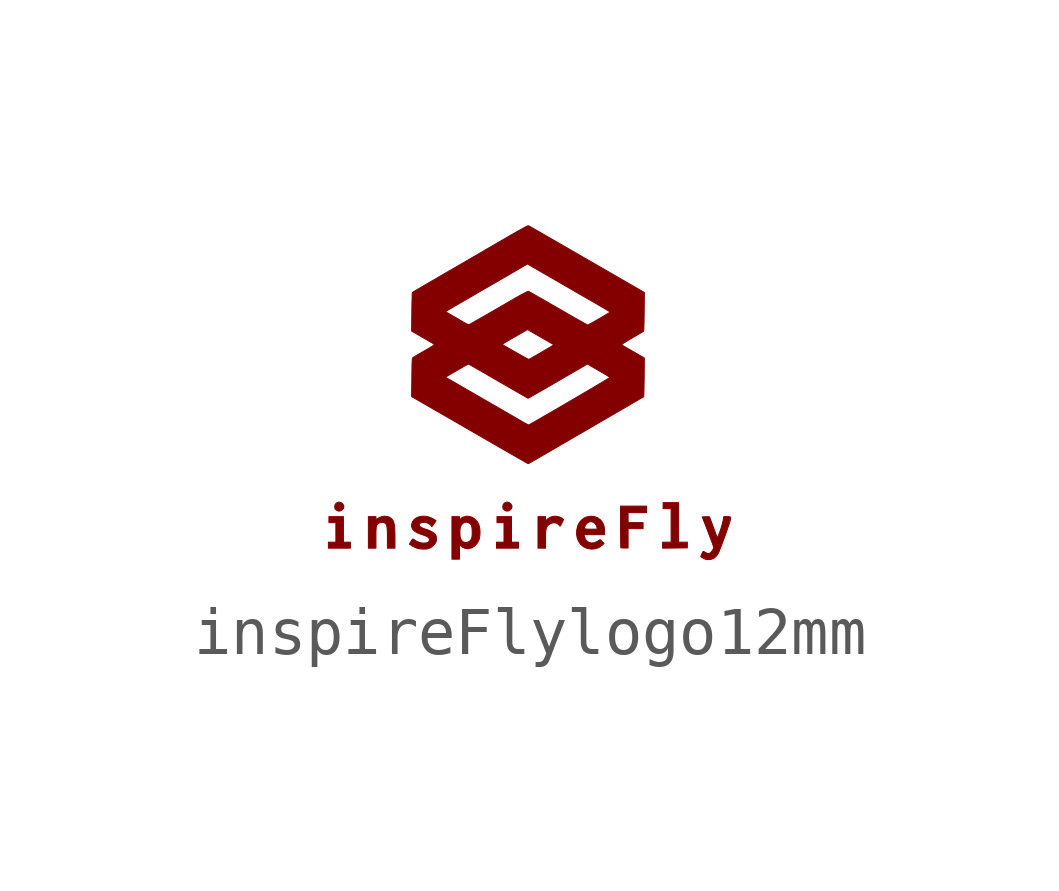
<source format=kicad_sym>
(kicad_symbol_lib
  (version 20220914)
  (generator kicad_symbol_editor)
  (symbol "inspireFlylogo12mm"
    (pin_names
      (offset 1.016))
    (property "Reference" "#G"
      (at 0 5.616 0)
      (effects (font (size 1.27 1.27)) hide))
    (symbol "inspireFlylogo12mm_0_0"
      (polyline (pts (xy -3.902 -2.578) (xy -3.864 -2.553) (xy -3.843 -2.526) (xy -3.834 -2.49) (xy -3.84 -2.462) (xy -3.861 -2.429) (xy -3.893 -2.405) (xy -3.932 -2.396) (xy -3.954 -2.398) (xy -3.992 -2.416) (xy -4.017 -2.447) (xy -4.026 -2.49) (xy -4.025 -2.509) (xy -4.017 -2.536) (xy -3.997 -2.559) (xy -3.983 -2.569) (xy -3.943 -2.584) (xy -3.902 -2.578)) (stroke (width 0.01) (type default)) (fill (type outline)))
      (polyline (pts (xy -0.402 -2.578) (xy -0.364 -2.553) (xy -0.343 -2.526) (xy -0.333 -2.49) (xy -0.339 -2.462) (xy -0.36 -2.429) (xy -0.393 -2.405) (xy -0.431 -2.396) (xy -0.454 -2.398) (xy -0.492 -2.416) (xy -0.517 -2.447) (xy -0.526 -2.49) (xy -0.525 -2.509) (xy -0.517 -2.536) (xy -0.497 -2.559) (xy -0.483 -2.569) (xy -0.442 -2.584) (xy -0.402 -2.578)) (stroke (width 0.01) (type default)) (fill (type outline)))
      (polyline (pts (xy -3.699 -3.292) (xy -3.699 -3.23) (xy -3.772 -3.23) (xy -3.844 -3.23) (xy -3.844 -2.964) (xy -3.844 -2.698) (xy -3.995 -2.698) (xy -4.146 -2.698) (xy -4.146 -2.761) (xy -4.146 -2.823) (xy -4.074 -2.823) (xy -4.001 -2.823) (xy -4.001 -3.026) (xy -4.001 -3.23) (xy -4.079 -3.23) (xy -4.157 -3.23) (xy -4.157 -3.292) (xy -4.157 -3.355) (xy -3.928 -3.355) (xy -3.699 -3.355) (xy -3.699 -3.292)) (stroke (width 0.01) (type default)) (fill (type outline)))
      (polyline (pts (xy -0.198 -3.292) (xy -0.198 -3.23) (xy -0.271 -3.23) (xy -0.344 -3.23) (xy -0.344 -2.964) (xy -0.344 -2.698) (xy -0.495 -2.698) (xy -0.646 -2.698) (xy -0.646 -2.761) (xy -0.646 -2.823) (xy -0.573 -2.823) (xy -0.5 -2.823) (xy -0.5 -3.026) (xy -0.5 -3.23) (xy -0.578 -3.23) (xy -0.656 -3.23) (xy -0.656 -3.292) (xy -0.656 -3.355) (xy -0.427 -3.355) (xy -0.198 -3.355) (xy -0.198 -3.292)) (stroke (width 0.01) (type default)) (fill (type outline)))
      (polyline (pts (xy 3.06 -3.352) (xy 3.318 -3.349) (xy 3.318 -3.29) (xy 3.319 -3.23) (xy 3.228 -3.23) (xy 3.136 -3.23) (xy 3.136 -2.818) (xy 3.136 -2.407) (xy 2.974 -2.407) (xy 2.813 -2.407) (xy 2.813 -2.469) (xy 2.813 -2.532) (xy 2.896 -2.532) (xy 2.98 -2.532) (xy 2.98 -2.881) (xy 2.98 -3.23) (xy 2.891 -3.23) (xy 2.803 -3.23) (xy 2.803 -3.292) (xy 2.803 -3.355) (xy 3.06 -3.352)) (stroke (width 0.01) (type default)) (fill (type outline)))
      (polyline (pts (xy 2.084 -3.15) (xy 2.084 -2.948) (xy 2.24 -2.948) (xy 2.396 -2.948) (xy 2.396 -2.886) (xy 2.396 -2.823) (xy 2.24 -2.823) (xy 2.084 -2.823) (xy 2.084 -2.719) (xy 2.084 -2.615) (xy 2.276 -2.615) (xy 2.469 -2.615) (xy 2.469 -2.547) (xy 2.469 -2.479) (xy 2.198 -2.479) (xy 1.927 -2.479) (xy 1.927 -2.91) (xy 1.927 -2.954) (xy 1.928 -3.043) (xy 1.928 -3.126) (xy 1.929 -3.198) (xy 1.93 -3.259) (xy 1.931 -3.305) (xy 1.932 -3.335) (xy 1.933 -3.346) (xy 1.933 -3.346) (xy 1.946 -3.349) (xy 1.974 -3.351) (xy 2.011 -3.352) (xy 2.084 -3.352) (xy 2.084 -3.15)) (stroke (width 0.01) (type default)) (fill (type outline)))
      (polyline (pts (xy 0.365 -3.175) (xy 0.365 -3.132) (xy 0.366 -3.06) (xy 0.37 -3.005) (xy 0.376 -2.962) (xy 0.385 -2.929) (xy 0.398 -2.904) (xy 0.415 -2.882) (xy 0.446 -2.856) (xy 0.492 -2.833) (xy 0.541 -2.825) (xy 0.587 -2.832) (xy 0.627 -2.852) (xy 0.656 -2.886) (xy 0.66 -2.892) (xy 0.666 -2.897) (xy 0.674 -2.89) (xy 0.686 -2.869) (xy 0.705 -2.832) (xy 0.741 -2.757) (xy 0.717 -2.738) (xy 0.706 -2.73) (xy 0.648 -2.702) (xy 0.585 -2.69) (xy 0.52 -2.693) (xy 0.461 -2.712) (xy 0.41 -2.746) (xy 0.396 -2.759) (xy 0.377 -2.775) (xy 0.368 -2.782) (xy 0.367 -2.781) (xy 0.365 -2.766) (xy 0.365 -2.74) (xy 0.365 -2.698) (xy 0.286 -2.698) (xy 0.208 -2.698) (xy 0.208 -3.026) (xy 0.208 -3.355) (xy 0.286 -3.355) (xy 0.365 -3.355) (xy 0.365 -3.175)) (stroke (width 0.01) (type default)) (fill (type outline)))
      (polyline (pts (xy -3.167 -3.136) (xy -3.167 -3.11) (xy -3.167 -3.033) (xy -3.165 -2.974) (xy -3.162 -2.931) (xy -3.158 -2.901) (xy -3.153 -2.882) (xy -3.149 -2.874) (xy -3.122 -2.843) (xy -3.084 -2.824) (xy -3.042 -2.816) (xy -3.001 -2.822) (xy -2.966 -2.842) (xy -2.956 -2.855) (xy -2.946 -2.876) (xy -2.939 -2.904) (xy -2.934 -2.943) (xy -2.93 -2.995) (xy -2.928 -3.063) (xy -2.928 -3.149) (xy -2.928 -3.355) (xy -2.849 -3.355) (xy -2.771 -3.355) (xy -2.771 -3.133) (xy -2.771 -3.1) (xy -2.773 -3.005) (xy -2.777 -2.928) (xy -2.784 -2.866) (xy -2.796 -2.817) (xy -2.811 -2.779) (xy -2.832 -2.75) (xy -2.859 -2.727) (xy -2.892 -2.708) (xy -2.926 -2.696) (xy -2.989 -2.689) (xy -3.054 -2.7) (xy -3.116 -2.728) (xy -3.167 -2.76) (xy -3.167 -2.729) (xy -3.167 -2.698) (xy -3.245 -2.698) (xy -3.324 -2.698) (xy -3.324 -3.026) (xy -3.324 -3.355) (xy -3.245 -3.355) (xy -3.167 -3.355) (xy -3.167 -3.136)) (stroke (width 0.01) (type default)) (fill (type outline)))
      (polyline (pts (xy 1.405 -3.367) (xy 1.475 -3.342) (xy 1.537 -3.3) (xy 1.585 -3.256) (xy 1.544 -3.216) (xy 1.503 -3.176) (xy 1.465 -3.202) (xy 1.442 -3.216) (xy 1.381 -3.242) (xy 1.324 -3.248) (xy 1.272 -3.238) (xy 1.228 -3.21) (xy 1.194 -3.166) (xy 1.173 -3.107) (xy 1.165 -3.073) (xy 1.38 -3.073) (xy 1.594 -3.073) (xy 1.594 -2.997) (xy 1.594 -2.979) (xy 1.585 -2.902) (xy 1.562 -2.838) (xy 1.525 -2.783) (xy 1.504 -2.761) (xy 1.445 -2.719) (xy 1.377 -2.695) (xy 1.303 -2.69) (xy 1.225 -2.703) (xy 1.167 -2.729) (xy 1.112 -2.771) (xy 1.067 -2.824) (xy 1.038 -2.881) (xy 1.036 -2.885) (xy 1.026 -2.93) (xy 1.175 -2.93) (xy 1.183 -2.908) (xy 1.198 -2.875) (xy 1.224 -2.84) (xy 1.263 -2.812) (xy 1.31 -2.803) (xy 1.326 -2.804) (xy 1.367 -2.82) (xy 1.403 -2.85) (xy 1.428 -2.889) (xy 1.438 -2.932) (xy 1.438 -2.959) (xy 1.308 -2.959) (xy 1.278 -2.959) (xy 1.228 -2.958) (xy 1.196 -2.954) (xy 1.179 -2.945) (xy 1.175 -2.93) (xy 1.026 -2.93) (xy 1.015 -2.974) (xy 1.011 -3.06) (xy 1.024 -3.139) (xy 1.052 -3.211) (xy 1.095 -3.273) (xy 1.152 -3.322) (xy 1.222 -3.356) (xy 1.25 -3.365) (xy 1.328 -3.375) (xy 1.405 -3.367)) (stroke (width 0.01) (type default)) (fill (type outline)))
      (polyline (pts (xy -1.427 -3.431) (xy -1.427 -3.278) (xy -1.393 -3.31) (xy -1.364 -3.334) (xy -1.311 -3.359) (xy -1.252 -3.365) (xy -1.184 -3.352) (xy -1.181 -3.352) (xy -1.134 -3.328) (xy -1.089 -3.288) (xy -1.05 -3.239) (xy -1.022 -3.185) (xy -1.01 -3.142) (xy -1.001 -3.074) (xy -1 -3.001) (xy -1.006 -2.931) (xy -1.021 -2.873) (xy -1.026 -2.86) (xy -1.062 -2.796) (xy -1.109 -2.746) (xy -1.165 -2.711) (xy -1.225 -2.692) (xy -1.288 -2.69) (xy -1.35 -2.708) (xy -1.36 -2.713) (xy -1.39 -2.732) (xy -1.41 -2.752) (xy -1.427 -2.776) (xy -1.427 -2.737) (xy -1.427 -2.698) (xy -1.506 -2.698) (xy -1.584 -2.698) (xy -1.584 -3.027) (xy -1.419 -3.027) (xy -1.417 -2.977) (xy -1.412 -2.937) (xy -1.411 -2.934) (xy -1.391 -2.879) (xy -1.36 -2.84) (xy -1.322 -2.818) (xy -1.277 -2.813) (xy -1.229 -2.829) (xy -1.204 -2.845) (xy -1.184 -2.871) (xy -1.171 -2.906) (xy -1.164 -2.955) (xy -1.162 -3.021) (xy -1.163 -3.085) (xy -1.17 -3.134) (xy -1.183 -3.17) (xy -1.203 -3.198) (xy -1.232 -3.22) (xy -1.26 -3.232) (xy -1.305 -3.238) (xy -1.347 -3.225) (xy -1.383 -3.196) (xy -1.406 -3.152) (xy -1.413 -3.124) (xy -1.417 -3.078) (xy -1.419 -3.027) (xy -1.584 -3.027) (xy -1.584 -3.141) (xy -1.584 -3.584) (xy -1.506 -3.584) (xy -1.427 -3.584) (xy -1.427 -3.431)) (stroke (width 0.01) (type default)) (fill (type outline)))
      (polyline (pts (xy -2.113 -3.372) (xy -2.072 -3.363) (xy -2.025 -3.342) (xy -1.97 -3.302) (xy -1.931 -3.253) (xy -1.926 -3.244) (xy -1.912 -3.215) (xy -1.907 -3.186) (xy -1.909 -3.146) (xy -1.909 -3.141) (xy -1.914 -3.103) (xy -1.925 -3.076) (xy -1.943 -3.053) (xy -1.964 -3.036) (xy -1.998 -3.016) (xy -2.038 -2.995) (xy -2.078 -2.977) (xy -2.113 -2.964) (xy -2.136 -2.959) (xy -2.146 -2.956) (xy -2.172 -2.946) (xy -2.204 -2.932) (xy -2.237 -2.914) (xy -2.263 -2.89) (xy -2.268 -2.866) (xy -2.253 -2.842) (xy -2.241 -2.832) (xy -2.202 -2.818) (xy -2.156 -2.816) (xy -2.108 -2.826) (xy -2.063 -2.846) (xy -2.027 -2.876) (xy -2.002 -2.907) (xy -1.976 -2.873) (xy -1.974 -2.869) (xy -1.952 -2.839) (xy -1.933 -2.811) (xy -1.915 -2.782) (xy -1.966 -2.75) (xy -1.999 -2.731) (xy -2.069 -2.704) (xy -2.139 -2.69) (xy -2.208 -2.69) (xy -2.272 -2.702) (xy -2.328 -2.726) (xy -2.374 -2.761) (xy -2.407 -2.807) (xy -2.424 -2.862) (xy -2.426 -2.883) (xy -2.418 -2.93) (xy -2.394 -2.972) (xy -2.352 -3.009) (xy -2.291 -3.042) (xy -2.21 -3.072) (xy -2.152 -3.092) (xy -2.105 -3.112) (xy -2.074 -3.132) (xy -2.058 -3.153) (xy -2.053 -3.176) (xy -2.055 -3.2) (xy -2.068 -3.223) (xy -2.098 -3.239) (xy -2.123 -3.247) (xy -2.181 -3.25) (xy -2.244 -3.241) (xy -2.305 -3.219) (xy -2.357 -3.187) (xy -2.377 -3.172) (xy -2.393 -3.164) (xy -2.407 -3.168) (xy -2.421 -3.187) (xy -2.442 -3.222) (xy -2.47 -3.271) (xy -2.413 -3.308) (xy -2.385 -3.324) (xy -2.34 -3.345) (xy -2.3 -3.359) (xy -2.28 -3.364) (xy -2.224 -3.372) (xy -2.166 -3.374) (xy -2.113 -3.372)) (stroke (width 0.01) (type default)) (fill (type outline)))
      (polyline (pts (xy 3.796 -3.59) (xy 3.842 -3.578) (xy 3.872 -3.563) (xy 3.924 -3.519) (xy 3.965 -3.457) (xy 3.973 -3.44) (xy 3.988 -3.403) (xy 4.008 -3.352) (xy 4.032 -3.29) (xy 4.057 -3.221) (xy 4.085 -3.147) (xy 4.112 -3.073) (xy 4.137 -3.001) (xy 4.16 -2.934) (xy 4.18 -2.877) (xy 4.195 -2.832) (xy 4.204 -2.802) (xy 4.211 -2.775) (xy 4.219 -2.738) (xy 4.218 -2.715) (xy 4.208 -2.703) (xy 4.185 -2.699) (xy 4.149 -2.698) (xy 4.078 -2.698) (xy 4.061 -2.79) (xy 4.05 -2.835) (xy 4.034 -2.893) (xy 4.015 -2.956) (xy 3.994 -3.015) (xy 3.983 -3.043) (xy 3.966 -3.088) (xy 3.954 -3.116) (xy 3.946 -3.129) (xy 3.94 -3.131) (xy 3.935 -3.124) (xy 3.935 -3.123) (xy 3.928 -3.103) (xy 3.915 -3.068) (xy 3.897 -3.021) (xy 3.877 -2.964) (xy 3.854 -2.903) (xy 3.85 -2.891) (xy 3.828 -2.832) (xy 3.809 -2.78) (xy 3.794 -2.74) (xy 3.783 -2.712) (xy 3.778 -2.702) (xy 3.778 -2.701) (xy 3.765 -2.7) (xy 3.738 -2.7) (xy 3.701 -2.7) (xy 3.628 -2.704) (xy 3.748 -3.011) (xy 3.762 -3.049) (xy 3.79 -3.123) (xy 3.816 -3.19) (xy 3.837 -3.248) (xy 3.853 -3.294) (xy 3.864 -3.326) (xy 3.867 -3.341) (xy 3.864 -3.359) (xy 3.848 -3.39) (xy 3.825 -3.423) (xy 3.798 -3.451) (xy 3.796 -3.453) (xy 3.766 -3.467) (xy 3.733 -3.464) (xy 3.693 -3.443) (xy 3.681 -3.435) (xy 3.659 -3.425) (xy 3.646 -3.424) (xy 3.642 -3.43) (xy 3.631 -3.452) (xy 3.617 -3.482) (xy 3.596 -3.531) (xy 3.63 -3.552) (xy 3.632 -3.553) (xy 3.662 -3.57) (xy 3.689 -3.583) (xy 3.699 -3.586) (xy 3.745 -3.593) (xy 3.796 -3.59)) (stroke (width 0.01) (type default)) (fill (type outline)))
      (polyline (pts (xy 0.006 -1.593) (xy 0.013 -1.59) (xy 0.023 -1.585) (xy 0.039 -1.576) (xy 0.061 -1.564) (xy 0.09 -1.548) (xy 0.126 -1.527) (xy 0.172 -1.501) (xy 0.227 -1.469) (xy 0.293 -1.431) (xy 0.37 -1.386) (xy 0.461 -1.334) (xy 0.564 -1.274) (xy 0.682 -1.205) (xy 0.815 -1.128) (xy 0.964 -1.041) (xy 1.13 -0.945) (xy 1.2 -0.905) (xy 1.316 -0.837) (xy 1.436 -0.767) (xy 1.556 -0.697) (xy 1.673 -0.629) (xy 1.784 -0.565) (xy 1.887 -0.505) (xy 1.977 -0.453) (xy 2.052 -0.409) (xy 2.069 -0.4) (xy 2.146 -0.355) (xy 2.216 -0.314) (xy 2.279 -0.277) (xy 2.331 -0.246) (xy 2.372 -0.222) (xy 2.398 -0.206) (xy 2.408 -0.2) (xy 2.409 -0.199) (xy 2.41 -0.184) (xy 2.412 -0.151) (xy 2.413 -0.102) (xy 2.415 -0.039) (xy 2.416 0.035) (xy 2.418 0.117) (xy 2.419 0.206) (xy 2.422 0.606) (xy 2.193 0.738) (xy 2.141 0.768) (xy 2.083 0.802) (xy 2.031 0.831) (xy 1.991 0.855) (xy 1.963 0.871) (xy 1.95 0.879) (xy 1.95 0.88) (xy 1.958 0.89) (xy 1.984 0.91) (xy 2.028 0.938) (xy 2.089 0.976) (xy 2.169 1.023) (xy 2.225 1.055) (xy 2.283 1.089) (xy 2.333 1.119) (xy 2.372 1.142) (xy 2.398 1.158) (xy 2.408 1.165) (xy 2.408 1.166) (xy 2.41 1.181) (xy 2.412 1.214) (xy 2.413 1.263) (xy 2.415 1.325) (xy 2.417 1.399) (xy 2.418 1.481) (xy 2.419 1.571) (xy 2.423 1.969) (xy 2.204 2.096) (xy 2.181 2.109) (xy 2.108 2.151) (xy 2.035 2.194) (xy 1.965 2.234) (xy 1.903 2.27) (xy 1.854 2.298) (xy 1.835 2.309) (xy 1.792 2.334) (xy 1.734 2.368) (xy 1.662 2.409) (xy 1.577 2.458) (xy 1.482 2.513) (xy 1.377 2.574) (xy 1.264 2.639) (xy 1.145 2.707) (xy 1.021 2.779) (xy 0.894 2.852) (xy 0.765 2.926) (xy 0.636 3.001) (xy 0.509 3.074) (xy 0.384 3.146) (xy 0.263 3.216) (xy 0.2 3.252) (xy 0.14 3.286) (xy 0.089 3.316) (xy 0.047 3.339) (xy 0.019 3.354) (xy 0.006 3.361) (xy -0.006 3.357) (xy -0.035 3.343) (xy -0.078 3.321) (xy -0.135 3.289) (xy -0.204 3.251) (xy -0.284 3.206) (xy -0.374 3.155) (xy -0.471 3.099) (xy -0.532 3.063) (xy -0.631 3.006) (xy -0.742 2.941) (xy -0.865 2.87) (xy -0.995 2.794) (xy -1.13 2.716) (xy -1.267 2.636) (xy -1.404 2.556) (xy -1.539 2.478) (xy -1.667 2.404) (xy -1.722 2.372) (xy -1.833 2.308) (xy -1.938 2.246) (xy -2.036 2.189) (xy -2.126 2.137) (xy -2.206 2.091) (xy -2.274 2.05) (xy -2.33 2.018) (xy -2.372 1.993) (xy -2.398 1.977) (xy -2.408 1.971) (xy -2.408 1.97) (xy -2.41 1.955) (xy -2.412 1.922) (xy -2.413 1.873) (xy -2.415 1.811) (xy -2.417 1.737) (xy -2.418 1.654) (xy -2.419 1.571) (xy -1.72 1.571) (xy -1.686 1.592) (xy -1.675 1.598) (xy -1.646 1.615) (xy -1.603 1.64) (xy -1.546 1.673) (xy -1.478 1.713) (xy -1.4 1.758) (xy -1.314 1.808) (xy -1.222 1.861) (xy -1.125 1.917) (xy -1.093 1.936) (xy -0.984 1.999) (xy -0.872 2.064) (xy -0.76 2.129) (xy -0.651 2.192) (xy -0.548 2.252) (xy -0.454 2.306) (xy -0.372 2.354) (xy -0.305 2.393) (xy -0.012 2.564) (xy 0.585 2.219) (xy 0.695 2.155) (xy 0.808 2.09) (xy 0.921 2.025) (xy 1.03 1.961) (xy 1.135 1.901) (xy 1.231 1.846) (xy 1.316 1.796) (xy 1.389 1.755) (xy 1.446 1.722) (xy 1.464 1.711) (xy 1.529 1.673) (xy 1.588 1.639) (xy 1.637 1.609) (xy 1.675 1.586) (xy 1.7 1.57) (xy 1.709 1.563) (xy 1.708 1.562) (xy 1.697 1.553) (xy 1.67 1.536) (xy 1.632 1.513) (xy 1.585 1.485) (xy 1.532 1.453) (xy 1.476 1.421) (xy 1.421 1.389) (xy 1.368 1.358) (xy 1.32 1.332) (xy 1.282 1.311) (xy 1.255 1.297) (xy 1.243 1.292) (xy 1.24 1.293) (xy 1.222 1.302) (xy 1.188 1.321) (xy 1.14 1.348) (xy 1.079 1.382) (xy 1.006 1.423) (xy 0.924 1.47) (xy 0.834 1.522) (xy 0.737 1.578) (xy 0.634 1.637) (xy 0.591 1.662) (xy 0.49 1.72) (xy 0.394 1.775) (xy 0.306 1.826) (xy 0.227 1.871) (xy 0.158 1.911) (xy 0.1 1.944) (xy 0.056 1.969) (xy 0.027 1.985) (xy 0.014 1.992) (xy 0.009 1.993) (xy -0.001 1.991) (xy -0.017 1.986) (xy -0.039 1.976) (xy -0.069 1.96) (xy -0.109 1.939) (xy -0.159 1.912) (xy -0.221 1.877) (xy -0.296 1.835) (xy -0.385 1.784) (xy -0.489 1.723) (xy -0.611 1.653) (xy -0.66 1.624) (xy -0.761 1.566) (xy -0.856 1.511) (xy -0.944 1.461) (xy -1.022 1.416) (xy -1.091 1.377) (xy -1.147 1.344) (xy -1.19 1.32) (xy -1.218 1.304) (xy -1.229 1.298) (xy -1.235 1.299) (xy -1.258 1.306) (xy -1.29 1.322) (xy -1.328 1.343) (xy -1.346 1.353) (xy -1.392 1.38) (xy -1.447 1.413) (xy -1.507 1.448) (xy -1.566 1.482) (xy -1.72 1.571) (xy -2.419 1.571) (xy -2.419 1.565) (xy -2.424 1.167) (xy -2.197 1.035) (xy -2.148 1.007) (xy -2.089 0.972) (xy -2.037 0.942) (xy -1.996 0.918) (xy -1.967 0.901) (xy -1.954 0.892) (xy -1.953 0.89) (xy -0.539 0.89) (xy -0.538 0.89) (xy -0.525 0.899) (xy -0.497 0.916) (xy -0.456 0.941) (xy -0.404 0.971) (xy -0.343 1.007) (xy -0.276 1.045) (xy -0.011 1.198) (xy 0.263 1.041) (xy 0.29 1.025) (xy 0.356 0.987) (xy 0.416 0.953) (xy 0.466 0.924) (xy 0.505 0.901) (xy 0.53 0.887) (xy 0.539 0.881) (xy 0.539 0.881) (xy 0.527 0.873) (xy 0.501 0.856) (xy 0.461 0.832) (xy 0.41 0.802) (xy 0.35 0.767) (xy 0.285 0.728) (xy 0.272 0.721) (xy 0.206 0.683) (xy 0.146 0.648) (xy 0.095 0.619) (xy 0.055 0.596) (xy 0.028 0.581) (xy 0.016 0.576) (xy 0.015 0.576) (xy 0.002 0.582) (xy -0.027 0.597) (xy -0.067 0.619) (xy -0.117 0.647) (xy -0.174 0.678) (xy -0.234 0.713) (xy -0.296 0.747) (xy -0.356 0.782) (xy -0.412 0.814) (xy -0.461 0.842) (xy -0.5 0.865) (xy -0.527 0.882) (xy -0.539 0.89) (xy -1.953 0.89) (xy -1.952 0.888) (xy -1.957 0.879) (xy -1.972 0.867) (xy -1.998 0.849) (xy -2.037 0.825) (xy -2.091 0.793) (xy -2.161 0.752) (xy -2.207 0.726) (xy -2.265 0.692) (xy -2.317 0.662) (xy -2.358 0.637) (xy -2.386 0.62) (xy -2.399 0.611) (xy -2.403 0.606) (xy -2.407 0.595) (xy -2.41 0.577) (xy -2.412 0.548) (xy -2.414 0.509) (xy -2.416 0.457) (xy -2.417 0.389) (xy -2.418 0.304) (xy -2.419 0.206) (xy -1.72 0.206) (xy -1.681 0.229) (xy -1.663 0.24) (xy -1.605 0.274) (xy -1.544 0.309) (xy -1.482 0.345) (xy -1.422 0.38) (xy -1.366 0.411) (xy -1.318 0.439) (xy -1.279 0.46) (xy -1.253 0.474) (xy -1.242 0.479) (xy -1.24 0.478) (xy -1.233 0.475) (xy -1.222 0.47) (xy -1.204 0.461) (xy -1.18 0.447) (xy -1.148 0.429) (xy -1.107 0.406) (xy -1.056 0.376) (xy -0.993 0.34) (xy -0.917 0.297) (xy -0.829 0.245) (xy -0.725 0.185) (xy -0.606 0.116) (xy -0.469 0.037) (xy -0.441 0.021) (xy -0.352 -0.03) (xy -0.27 -0.078) (xy -0.196 -0.12) (xy -0.131 -0.158) (xy -0.077 -0.189) (xy -0.036 -0.212) (xy -0.01 -0.227) (xy 0 -0.233) (xy 0.001 -0.232) (xy 0.015 -0.226) (xy 0.044 -0.21) (xy 0.087 -0.186) (xy 0.141 -0.155) (xy 0.205 -0.118) (xy 0.277 -0.077) (xy 0.355 -0.032) (xy 0.407 -0.002) (xy 0.505 0.055) (xy 0.607 0.114) (xy 0.709 0.173) (xy 0.806 0.23) (xy 0.895 0.281) (xy 0.97 0.325) (xy 1.237 0.48) (xy 1.47 0.345) (xy 1.526 0.312) (xy 1.584 0.278) (xy 1.633 0.249) (xy 1.671 0.225) (xy 1.696 0.209) (xy 1.706 0.202) (xy 1.705 0.201) (xy 1.693 0.192) (xy 1.664 0.174) (xy 1.62 0.147) (xy 1.562 0.112) (xy 1.491 0.07) (xy 1.409 0.021) (xy 1.316 -0.034) (xy 1.215 -0.094) (xy 1.105 -0.158) (xy 0.989 -0.226) (xy 0.868 -0.297) (xy 0.842 -0.312) (xy 0.721 -0.383) (xy 0.606 -0.45) (xy 0.497 -0.513) (xy 0.396 -0.571) (xy 0.304 -0.624) (xy 0.223 -0.671) (xy 0.153 -0.712) (xy 0.096 -0.744) (xy 0.054 -0.768) (xy 0.027 -0.784) (xy 0.016 -0.789) (xy 0.005 -0.786) (xy -0.021 -0.774) (xy -0.057 -0.755) (xy -0.099 -0.731) (xy -0.111 -0.724) (xy -0.157 -0.698) (xy -0.214 -0.664) (xy -0.28 -0.626) (xy -0.349 -0.586) (xy -0.417 -0.547) (xy -0.429 -0.54) (xy -0.503 -0.497) (xy -0.581 -0.452) (xy -0.658 -0.407) (xy -0.729 -0.366) (xy -0.787 -0.333) (xy -0.825 -0.311) (xy -0.884 -0.277) (xy -0.955 -0.236) (xy -1.034 -0.19) (xy -1.119 -0.141) (xy -1.206 -0.091) (xy -1.292 -0.042) (xy -1.302 -0.035) (xy -1.381 0.01) (xy -1.456 0.053) (xy -1.523 0.092) (xy -1.582 0.126) (xy -1.629 0.153) (xy -1.663 0.172) (xy -1.681 0.182) (xy -1.72 0.206) (xy -2.419 0.206) (xy -2.419 0.201) (xy -2.424 -0.198) (xy -1.688 -0.622) (xy -1.598 -0.674) (xy -1.464 -0.751) (xy -1.327 -0.831) (xy -1.188 -0.911) (xy -1.05 -0.991) (xy -0.916 -1.068) (xy -0.79 -1.141) (xy -0.673 -1.208) (xy -0.568 -1.269) (xy -0.479 -1.32) (xy -0.442 -1.342) (xy -0.353 -1.393) (xy -0.27 -1.44) (xy -0.195 -1.483) (xy -0.129 -1.52) (xy -0.075 -1.551) (xy -0.034 -1.574) (xy -0.007 -1.589) (xy 0.003 -1.594) (xy 0.003 -1.594) (xy 0.006 -1.593)) (stroke (width 0.01) (type default)) (fill (type outline))))))
</source>
